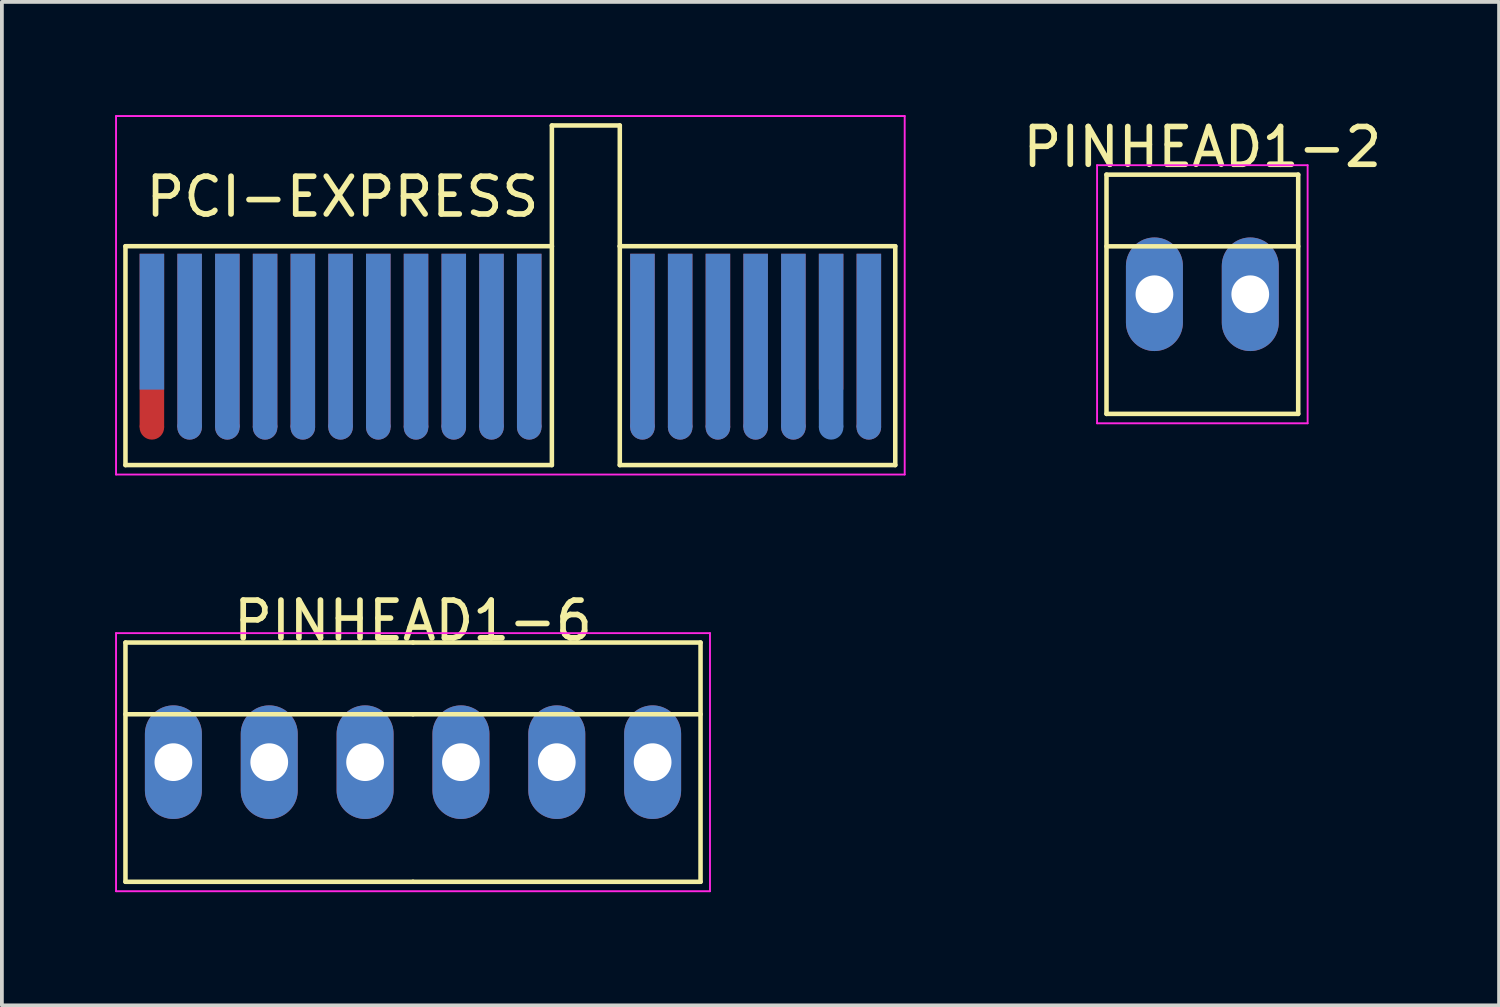
<source format=kicad_pcb>
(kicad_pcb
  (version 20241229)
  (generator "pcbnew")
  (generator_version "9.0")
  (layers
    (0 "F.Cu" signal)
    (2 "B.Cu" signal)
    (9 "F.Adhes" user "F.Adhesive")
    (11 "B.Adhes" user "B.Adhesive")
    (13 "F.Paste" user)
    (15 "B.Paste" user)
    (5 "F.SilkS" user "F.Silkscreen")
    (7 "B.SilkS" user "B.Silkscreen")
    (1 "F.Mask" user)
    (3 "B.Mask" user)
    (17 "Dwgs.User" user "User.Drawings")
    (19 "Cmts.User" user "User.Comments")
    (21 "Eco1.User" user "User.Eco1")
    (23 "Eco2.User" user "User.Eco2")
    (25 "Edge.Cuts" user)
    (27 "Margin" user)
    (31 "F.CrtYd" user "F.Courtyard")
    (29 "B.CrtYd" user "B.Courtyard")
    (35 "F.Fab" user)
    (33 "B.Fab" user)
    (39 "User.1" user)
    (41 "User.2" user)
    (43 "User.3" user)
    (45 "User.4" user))
  (footprint "PCI-EXPRESS"
    (layer "F.Cu")
    (at 0.975 5.475)
    (property "Reference" "PCI-EXPRESS" (at 5.05 -3.31 0) (layer "F.SilkS") (effects (font (size 1 1) (thickness 0.15))))
    (attr through_hole)
    (fp_line (start -0.7 -2) (end 10.6 -2) (stroke (width 0.12) (type solid)) (layer "F.SilkS"))
    (fp_line (start -0.7 3.8) (end -0.7 -2) (stroke (width 0.12) (type solid)) (layer "F.SilkS"))
    (fp_line (start 10.6 -5.2) (end 12.4 -5.2) (stroke (width 0.12) (type solid)) (layer "F.SilkS"))
    (fp_line (start 10.6 -2) (end 10.6 -5.2) (stroke (width 0.12) (type solid)) (layer "F.SilkS"))
    (fp_line (start 10.6 -2) (end 10.6 3.8) (stroke (width 0.12) (type solid)) (layer "F.SilkS"))
    (fp_line (start 10.6 3.8) (end -0.7 3.8) (stroke (width 0.12) (type solid)) (layer "F.SilkS"))
    (fp_line (start 12.4 -5.2) (end 12.4 -2) (stroke (width 0.12) (type solid)) (layer "F.SilkS"))
    (fp_line (start 12.4 -2) (end 12.4 3.8) (stroke (width 0.12) (type solid)) (layer "F.SilkS"))
    (fp_line (start 12.4 3.8) (end 19.7 3.8) (stroke (width 0.12) (type solid)) (layer "F.SilkS"))
    (fp_line (start 19.7 -2) (end 12.4 -2) (stroke (width 0.12) (type solid)) (layer "F.SilkS"))
    (fp_line (start 19.7 -2) (end 19.7 3.8) (stroke (width 0.12) (type solid)) (layer "F.SilkS"))
    (fp_line (start -0.95 -5.45) (end -0.95 4.05) (stroke (width 0.05) (type solid)) (layer "F.CrtYd"))
    (fp_line (start -0.95 -5.45) (end 19.95 -5.45) (stroke (width 0.05) (type solid)) (layer "F.CrtYd"))
    (fp_line (start 19.95 4.05) (end -0.95 4.05) (stroke (width 0.05) (type solid)) (layer "F.CrtYd"))
    (fp_line (start 19.95 4.05) (end 19.95 -5.45) (stroke (width 0.05) (type solid)) (layer "F.CrtYd"))
    (pad "" connect circle (at 0 2.8) (size 0.65 0.65) (layers "F.Cu" "F.Mask"))
    (pad "" connect circle (at 1 2.8) (size 0.65 0.65) (layers "F.Cu" "F.Mask"))
    (pad "" connect oval (at 1 2.8 90) (size 0.65 0.65) (layers "B.Cu" "B.Mask"))
    (pad "" connect circle (at 2 2.8) (size 0.65 0.65) (layers "F.Cu" "F.Mask"))
    (pad "" connect oval (at 2 2.8 90) (size 0.65 0.65) (layers "B.Cu" "B.Mask"))
    (pad "" connect circle (at 3 2.8) (size 0.65 0.65) (layers "F.Cu" "F.Mask"))
    (pad "" connect oval (at 3 2.8 90) (size 0.65 0.65) (layers "B.Cu" "B.Mask"))
    (pad "" connect circle (at 4 2.8) (size 0.65 0.65) (layers "F.Cu" "F.Mask"))
    (pad "" connect oval (at 4 2.8 90) (size 0.65 0.65) (layers "B.Cu" "B.Mask"))
    (pad "" connect circle (at 5 2.8) (size 0.65 0.65) (layers "F.Cu" "F.Mask"))
    (pad "" connect oval (at 5 2.8 90) (size 0.65 0.65) (layers "B.Cu" "B.Mask"))
    (pad "" connect circle (at 6 2.8) (size 0.65 0.65) (layers "F.Cu" "F.Mask"))
    (pad "" connect oval (at 6 2.8 90) (size 0.65 0.65) (layers "B.Cu" "B.Mask"))
    (pad "" connect circle (at 7 2.8) (size 0.65 0.65) (layers "F.Cu" "F.Mask"))
    (pad "" connect oval (at 7 2.8 90) (size 0.65 0.65) (layers "B.Cu" "B.Mask"))
    (pad "" connect circle (at 8 2.8) (size 0.65 0.65) (layers "F.Cu" "F.Mask"))
    (pad "" connect oval (at 8 2.8 90) (size 0.65 0.65) (layers "B.Cu" "B.Mask"))
    (pad "" connect circle (at 9 2.8) (size 0.65 0.65) (layers "F.Cu" "F.Mask"))
    (pad "" connect oval (at 9 2.8 90) (size 0.65 0.65) (layers "B.Cu" "B.Mask"))
    (pad "" connect circle (at 10 2.8) (size 0.65 0.65) (layers "F.Cu" "F.Mask"))
    (pad "" connect oval (at 10 2.8 90) (size 0.65 0.65) (layers "B.Cu" "B.Mask"))
    (pad "" connect circle (at 13 2.8) (size 0.65 0.65) (layers "F.Cu" "F.Mask"))
    (pad "" connect oval (at 13 2.8 90) (size 0.65 0.65) (layers "B.Cu" "B.Mask"))
    (pad "" connect circle (at 14 2.8) (size 0.65 0.65) (layers "F.Cu" "F.Mask"))
    (pad "" connect oval (at 14 2.8 90) (size 0.65 0.65) (layers "B.Cu" "B.Mask"))
    (pad "" connect circle (at 15 2.8) (size 0.65 0.65) (layers "F.Cu" "F.Mask"))
    (pad "" connect oval (at 15 2.8 90) (size 0.65 0.65) (layers "B.Cu" "B.Mask"))
    (pad "" connect circle (at 16 2.8) (size 0.65 0.65) (layers "F.Cu" "F.Mask"))
    (pad "" connect oval (at 16 2.8 90) (size 0.65 0.65) (layers "B.Cu" "B.Mask"))
    (pad "" connect circle (at 17 2.8) (size 0.65 0.65) (layers "F.Cu" "F.Mask"))
    (pad "" connect oval (at 17 2.8 90) (size 0.65 0.65) (layers "B.Cu" "B.Mask"))
    (pad "" connect oval (at 18 2.8 90) (size 0.65 0.65) (layers "B.Cu" "B.Mask"))
    (pad "" connect circle (at 19 2.8) (size 0.65 0.65) (layers "F.Cu" "F.Mask"))
    (pad "" connect oval (at 19 2.8 90) (size 0.65 0.65) (layers "B.Cu" "B.Mask"))
    (pad "A1" connect rect (at 0 0) (size 0.65 3.6) (layers "B.Cu" "B.Mask"))
    (pad "A2" connect rect (at 1 0.5) (size 0.65 4.6) (layers "B.Cu" "B.Mask"))
    (pad "A3" connect rect (at 2 0.5) (size 0.65 4.6) (layers "B.Cu" "B.Mask"))
    (pad "A4" connect rect (at 3 0.5) (size 0.65 4.6) (layers "B.Cu" "B.Mask"))
    (pad "A5" connect rect (at 4 0.5) (size 0.65 4.6) (layers "B.Cu" "B.Mask"))
    (pad "A6" connect rect (at 5 0.5) (size 0.65 4.6) (layers "B.Cu" "B.Mask"))
    (pad "A7" connect rect (at 6 0.5) (size 0.65 4.6) (layers "B.Cu" "B.Mask"))
    (pad "A8" connect rect (at 7 0.5) (size 0.65 4.6) (layers "B.Cu" "B.Mask"))
    (pad "A9" connect rect (at 8 0.5) (size 0.65 4.6) (layers "B.Cu" "B.Mask"))
    (pad "A10" connect rect (at 9 0.5) (size 0.65 4.6) (layers "B.Cu" "B.Mask"))
    (pad "A11" connect rect (at 10 0.5) (size 0.65 4.6) (layers "B.Cu" "B.Mask"))
    (pad "A12" connect rect (at 13 0.5) (size 0.65 4.6) (layers "B.Cu" "B.Mask"))
    (pad "A13" connect rect (at 14 0.5) (size 0.65 4.6) (layers "B.Cu" "B.Mask"))
    (pad "A14" connect rect (at 15 0.5) (size 0.65 4.6) (layers "B.Cu" "B.Mask"))
    (pad "A15" connect rect (at 16 0.5) (size 0.65 4.6) (layers "B.Cu" "B.Mask"))
    (pad "A16" connect rect (at 17 0.5) (size 0.65 4.6) (layers "B.Cu" "B.Mask"))
    (pad "A17" connect rect (at 18 0.5) (size 0.65 4.6) (layers "B.Cu" "B.Mask"))
    (pad "A18" connect rect (at 19 0.5) (size 0.65 4.6) (layers "B.Cu" "B.Mask"))
    (pad "B1" connect rect (at 0 0.5) (size 0.65 4.6) (layers "F.Cu" "F.Mask"))
    (pad "B2" connect rect (at 1 0.5) (size 0.65 4.6) (layers "F.Cu" "F.Mask"))
    (pad "B3" connect rect (at 2 0.5) (size 0.65 4.6) (layers "F.Cu" "F.Mask"))
    (pad "B4" connect rect (at 3 0.5) (size 0.65 4.6) (layers "F.Cu" "F.Mask"))
    (pad "B5" connect rect (at 4 0.5) (size 0.65 4.6) (layers "F.Cu" "F.Mask"))
    (pad "B6" connect rect (at 5 0.5) (size 0.65 4.6) (layers "F.Cu" "F.Mask"))
    (pad "B7" connect rect (at 6 0.5) (size 0.65 4.6) (layers "F.Cu" "F.Mask"))
    (pad "B8" connect rect (at 7 0.5) (size 0.65 4.6) (layers "F.Cu" "F.Mask"))
    (pad "B9" connect rect (at 8 0.5) (size 0.65 4.6) (layers "F.Cu" "F.Mask"))
    (pad "B10" connect rect (at 9 0.5) (size 0.65 4.6) (layers "F.Cu" "F.Mask"))
    (pad "B11" connect rect (at 10 0.5) (size 0.65 4.6) (layers "F.Cu" "F.Mask"))
    (pad "B12" connect rect (at 13 0.5) (size 0.65 4.6) (layers "F.Cu" "F.Mask"))
    (pad "B13" connect rect (at 14 0.5) (size 0.65 4.6) (layers "F.Cu" "F.Mask"))
    (pad "B14" connect rect (at 15 0.5) (size 0.65 4.6) (layers "F.Cu" "F.Mask"))
    (pad "B15" connect rect (at 16 0.5) (size 0.65 4.6) (layers "F.Cu" "F.Mask"))
    (pad "B16" connect rect (at 17 0.5) (size 0.65 4.6) (layers "F.Cu" "F.Mask"))
    (pad "B17" connect rect (at 18 0) (size 0.65 3.6) (layers "F.Cu" "F.Mask"))
    (pad "B18" connect rect (at 19 0.5) (size 0.65 4.6) (layers "F.Cu" "F.Mask")))
  (footprint "PINHEAD1-2"
    (layer "F.Cu")
    (at 27.543 4.748)
    (property "Reference" "PINHEAD1-2" (at 1.27 -3.9 0) (layer "F.SilkS") (effects (font (size 1 1) (thickness 0.15))))
    (attr through_hole)
    (fp_line (start -1.27 -3.17) (end -1.27 3.17) (stroke (width 0.12) (type solid)) (layer "F.SilkS"))
    (fp_line (start -1.27 -3.17) (end 3.81 -3.17) (stroke (width 0.12) (type solid)) (layer "F.SilkS"))
    (fp_line (start 3.81 -3.17) (end 3.81 3.17) (stroke (width 0.12) (type solid)) (layer "F.SilkS"))
    (fp_line (start 3.81 -1.27) (end -1.27 -1.27) (stroke (width 0.12) (type solid)) (layer "F.SilkS"))
    (fp_line (start 3.81 3.17) (end -1.27 3.17) (stroke (width 0.12) (type solid)) (layer "F.SilkS"))
    (fp_line (start -1.52 -3.42) (end -1.52 3.42) (stroke (width 0.05) (type solid)) (layer "F.CrtYd"))
    (fp_line (start -1.52 -3.42) (end 4.06 -3.42) (stroke (width 0.05) (type solid)) (layer "F.CrtYd"))
    (fp_line (start 4.06 3.42) (end -1.52 3.42) (stroke (width 0.05) (type solid)) (layer "F.CrtYd"))
    (fp_line (start 4.06 3.42) (end 4.06 -3.42) (stroke (width 0.05) (type solid)) (layer "F.CrtYd"))
    (pad "1" thru_hole oval (at 0 0) (size 1.51 3.01) (drill 1) (layers "*.Cu" "*.Mask"))
    (pad "2" thru_hole oval (at 2.54 0) (size 1.51 3.01) (drill 1) (layers "*.Cu" "*.Mask")))
  (footprint "PINHEAD1-6"
    (layer "F.Cu")
    (at 1.545 17.148)
    (property "Reference" "PINHEAD1-6" (at 6.35 -3.75 0) (layer "F.SilkS") (effects (font (size 1 1) (thickness 0.15))))
    (attr through_hole)
    (fp_line (start -1.27 -3.17) (end -1.27 3.17) (stroke (width 0.12) (type solid)) (layer "F.SilkS"))
    (fp_line (start -1.27 -3.17) (end 6.35 -3.17) (stroke (width 0.12) (type solid)) (layer "F.SilkS"))
    (fp_line (start 6.35 -3.17) (end 13.97 -3.17) (stroke (width 0.12) (type solid)) (layer "F.SilkS"))
    (fp_line (start 6.35 -1.27) (end -1.27 -1.27) (stroke (width 0.12) (type solid)) (layer "F.SilkS"))
    (fp_line (start 6.35 -1.27) (end 13.97 -1.27) (stroke (width 0.12) (type solid)) (layer "F.SilkS"))
    (fp_line (start 6.35 3.17) (end -1.27 3.17) (stroke (width 0.12) (type solid)) (layer "F.SilkS"))
    (fp_line (start 6.35 3.17) (end 13.97 3.17) (stroke (width 0.12) (type solid)) (layer "F.SilkS"))
    (fp_line (start 13.97 -3.17) (end 13.97 3.17) (stroke (width 0.12) (type solid)) (layer "F.SilkS"))
    (fp_line (start -1.52 -3.42) (end -1.52 3.42) (stroke (width 0.05) (type solid)) (layer "F.CrtYd"))
    (fp_line (start -1.52 -3.42) (end 14.22 -3.42) (stroke (width 0.05) (type solid)) (layer "F.CrtYd"))
    (fp_line (start 14.22 3.42) (end -1.52 3.42) (stroke (width 0.05) (type solid)) (layer "F.CrtYd"))
    (fp_line (start 14.22 3.42) (end 14.22 -3.42) (stroke (width 0.05) (type solid)) (layer "F.CrtYd"))
    (pad "1" thru_hole oval (at 0 0) (size 1.51 3.01) (drill 1) (layers "*.Cu" "*.Mask"))
    (pad "2" thru_hole oval (at 2.54 0) (size 1.51 3.01) (drill 1) (layers "*.Cu" "*.Mask"))
    (pad "3" thru_hole oval (at 5.08 0) (size 1.51 3.01) (drill 1) (layers "*.Cu" "*.Mask"))
    (pad "4" thru_hole oval (at 7.62 0) (size 1.51 3.01) (drill 1) (layers "*.Cu" "*.Mask"))
    (pad "5" thru_hole oval (at 10.16 0) (size 1.51 3.01) (drill 1) (layers "*.Cu" "*.Mask"))
    (pad "6" thru_hole oval (at 12.7 0) (size 1.51 3.01) (drill 1) (layers "*.Cu" "*.Mask")))
  (gr_rect
    (start -3 -3)
    (end 36.676 23.593)
    (stroke (width 0.1) (type default))
    (fill no)
    (layer "Edge.Cuts")))
</source>
